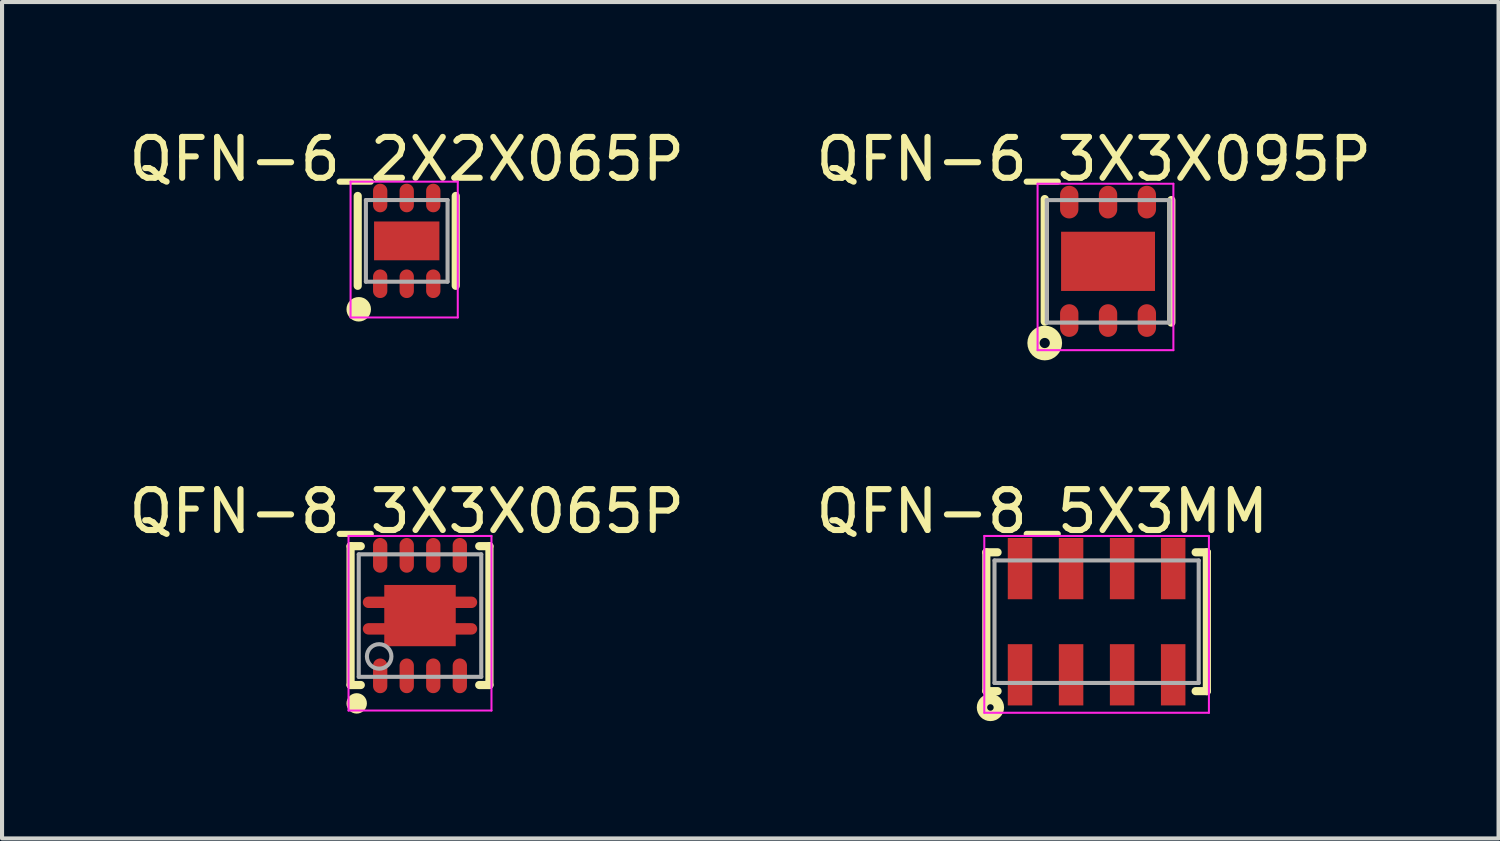
<source format=kicad_pcb>
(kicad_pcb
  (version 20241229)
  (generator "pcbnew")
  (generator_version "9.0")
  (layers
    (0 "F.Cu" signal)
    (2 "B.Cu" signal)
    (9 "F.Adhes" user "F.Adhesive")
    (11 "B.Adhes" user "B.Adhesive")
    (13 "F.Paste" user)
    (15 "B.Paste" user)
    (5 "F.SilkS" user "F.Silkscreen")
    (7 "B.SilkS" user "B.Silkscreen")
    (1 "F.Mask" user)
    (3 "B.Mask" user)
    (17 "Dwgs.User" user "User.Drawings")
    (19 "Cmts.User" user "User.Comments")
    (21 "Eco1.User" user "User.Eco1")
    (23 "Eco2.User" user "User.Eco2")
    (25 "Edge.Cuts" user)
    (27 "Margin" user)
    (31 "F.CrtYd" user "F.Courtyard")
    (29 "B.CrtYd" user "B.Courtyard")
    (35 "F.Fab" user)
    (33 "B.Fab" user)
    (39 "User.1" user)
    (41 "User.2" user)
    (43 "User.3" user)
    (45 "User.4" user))
  (footprint "QFN-6_2X2X065P"
    (layer "F.Cu")
    (at 6.909 2.848)
    (property "Reference" "QFN-6_2X2X065P" (at 0.001 -2 0) (layer "F.SilkS") (effects (font (size 1 1) (thickness 0.15))))
    (attr through_hole)
    (fp_line (start -1.2 1.1) (end -1.2 -1.1) (stroke (width 0.2) (type solid)) (layer "F.SilkS"))
    (fp_line (start 1.2 1.1) (end 1.2 -1.1) (stroke (width 0.2) (type solid)) (layer "F.SilkS"))
    (fp_circle (center -1.175 1.675) (end -1.025 1.675) (stroke (width 0.3) (type solid)) (fill no) (layer "F.SilkS"))
    (fp_line (start -1.375 -1.45) (end 1.25 -1.45) (stroke (width 0.05) (type solid)) (layer "F.CrtYd"))
    (fp_line (start -1.375 1.875) (end -1.375 -1.45) (stroke (width 0.05) (type solid)) (layer "F.CrtYd"))
    (fp_line (start 1.25 -1.45) (end 1.25 1.875) (stroke (width 0.05) (type solid)) (layer "F.CrtYd"))
    (fp_line (start 1.25 1.875) (end -1.375 1.875) (stroke (width 0.05) (type solid)) (layer "F.CrtYd"))
    (fp_line (start -1 -1) (end 1 -1) (stroke (width 0.1) (type solid)) (layer "F.Fab"))
    (fp_line (start -1 1) (end -1 -1) (stroke (width 0.1) (type solid)) (layer "F.Fab"))
    (fp_line (start -1 1) (end 1 1) (stroke (width 0.1) (type solid)) (layer "F.Fab"))
    (fp_line (start 1 1) (end 1 -1) (stroke (width 0.1) (type solid)) (layer "F.Fab"))
    (pad "0" smd rect (at 0 0 270) (size 0.95 1.6) (layers "F.Cu" "F.Mask" "F.Paste"))
    (pad "1" smd oval (at -0.65 1.05) (size 0.35 0.7) (layers "F.Cu" "F.Mask" "F.Paste"))
    (pad "2" smd oval (at 0 1.05) (size 0.35 0.7) (layers "F.Cu" "F.Mask" "F.Paste"))
    (pad "3" smd oval (at 0.65 1.05) (size 0.35 0.7) (layers "F.Cu" "F.Mask" "F.Paste"))
    (pad "4" smd oval (at 0.65 -1.05 180) (size 0.35 0.7) (layers "F.Cu" "F.Mask" "F.Paste"))
    (pad "5" smd oval (at 0 -1.05 180) (size 0.35 0.7) (layers "F.Cu" "F.Mask" "F.Paste"))
    (pad "6" smd oval (at -0.65 -1.05 180) (size 0.35 0.7) (layers "F.Cu" "F.Mask" "F.Paste")))
  (footprint "QFN-8_3X3X065P"
    (layer "F.Cu")
    (at 7.234 12.023)
    (property "Reference" "QFN-8_3X3X065P" (at -0.324 -2.551 0) (layer "F.SilkS") (effects (font (size 1 1) (thickness 0.15))))
    (attr through_hole)
    (fp_line (start -1.7 -1.7) (end -1.45 -1.7) (stroke (width 0.2) (type solid)) (layer "F.SilkS"))
    (fp_line (start -1.7 1.7) (end -1.7 -1.7) (stroke (width 0.2) (type solid)) (layer "F.SilkS"))
    (fp_line (start -1.7 1.7) (end -1.45 1.7) (stroke (width 0.2) (type solid)) (layer "F.SilkS"))
    (fp_line (start 1.45 -1.7) (end 1.7 -1.7) (stroke (width 0.2) (type solid)) (layer "F.SilkS"))
    (fp_line (start 1.45 1.7) (end 1.7 1.7) (stroke (width 0.2) (type solid)) (layer "F.SilkS"))
    (fp_line (start 1.7 1.7) (end 1.7 -1.7) (stroke (width 0.2) (type solid)) (layer "F.SilkS"))
    (fp_circle (center -1.55 2.15) (end -1.425 2.15) (stroke (width 0.25) (type solid)) (fill no) (layer "F.SilkS"))
    (fp_line (start -1.75 -1.95) (end 1.75 -1.95) (stroke (width 0.05) (type solid)) (layer "F.CrtYd"))
    (fp_line (start -1.75 2.325) (end -1.75 -1.95) (stroke (width 0.05) (type solid)) (layer "F.CrtYd"))
    (fp_line (start 1.75 -1.95) (end 1.75 2.325) (stroke (width 0.05) (type solid)) (layer "F.CrtYd"))
    (fp_line (start 1.75 2.325) (end -1.75 2.325) (stroke (width 0.05) (type solid)) (layer "F.CrtYd"))
    (fp_line (start -1.5 -1.5) (end 1.5 -1.5) (stroke (width 0.1) (type solid)) (layer "F.Fab"))
    (fp_line (start -1.5 1.5) (end -1.5 -1.5) (stroke (width 0.1) (type solid)) (layer "F.Fab"))
    (fp_line (start -1.5 1.5) (end 1.5 1.5) (stroke (width 0.1) (type solid)) (layer "F.Fab"))
    (fp_line (start 1.5 1.5) (end 1.5 -1.5) (stroke (width 0.1) (type solid)) (layer "F.Fab"))
    (fp_circle (center -1 1) (end -0.7 1) (stroke (width 0.1) (type solid)) (fill no) (layer "F.Fab"))
    (pad "" smd oval (at 0 -0.325 270) (size 0.28 2.8) (layers "F.Cu" "F.Mask" "F.Paste"))
    (pad "" smd oval (at 0 0.325 90) (size 0.28 2.8) (layers "F.Cu" "F.Mask" "F.Paste"))
    (pad "0" smd rect (at 0 0 90) (size 1.5 1.75) (layers "F.Cu" "F.Mask" "F.Paste"))
    (pad "1" smd oval (at -0.975 1.475) (size 0.35 0.85) (layers "F.Cu" "F.Mask" "F.Paste"))
    (pad "2" smd oval (at -0.325 1.475) (size 0.35 0.85) (layers "F.Cu" "F.Mask" "F.Paste"))
    (pad "3" smd oval (at 0.325 1.475) (size 0.35 0.85) (layers "F.Cu" "F.Mask" "F.Paste"))
    (pad "4" smd oval (at 0.975 1.475) (size 0.35 0.85) (layers "F.Cu" "F.Mask" "F.Paste"))
    (pad "5" smd oval (at 0.975 -1.475 180) (size 0.35 0.85) (layers "F.Cu" "F.Mask" "F.Paste"))
    (pad "6" smd oval (at 0.325 -1.475 180) (size 0.35 0.85) (layers "F.Cu" "F.Mask" "F.Paste"))
    (pad "7" smd oval (at -0.325 -1.475 180) (size 0.35 0.85) (layers "F.Cu" "F.Mask" "F.Paste"))
    (pad "8" smd oval (at -0.975 -1.475 180) (size 0.35 0.85) (layers "F.Cu" "F.Mask" "F.Paste")))
  (footprint "QFN-8_5X3MM"
    (layer "F.Cu")
    (at 23.801 12.173)
    (property "Reference" "QFN-8_5X3MM" (at -1.331 -2.701 0) (layer "F.SilkS") (effects (font (size 1 1) (thickness 0.15))))
    (attr through_hole)
    (fp_line (start -2.7 -1.7) (end -2.425 -1.7) (stroke (width 0.2) (type solid)) (layer "F.SilkS"))
    (fp_line (start -2.7 1.7) (end -2.7 -1.7) (stroke (width 0.2) (type solid)) (layer "F.SilkS"))
    (fp_line (start -2.7 1.7) (end -2.425 1.7) (stroke (width 0.2) (type solid)) (layer "F.SilkS"))
    (fp_line (start 2.425 -1.7) (end 2.7 -1.7) (stroke (width 0.2) (type solid)) (layer "F.SilkS"))
    (fp_line (start 2.425 1.7) (end 2.7 1.7) (stroke (width 0.2) (type solid)) (layer "F.SilkS"))
    (fp_line (start 2.7 1.7) (end 2.7 -1.7) (stroke (width 0.2) (type solid)) (layer "F.SilkS"))
    (fp_circle (center -2.6 2.1) (end -2.52 2.1) (stroke (width 0.254) (type solid)) (fill no) (layer "F.SilkS"))
    (fp_line (start -2.75 -2.1) (end 2.75 -2.1) (stroke (width 0.05) (type solid)) (layer "F.CrtYd"))
    (fp_line (start -2.75 2.23) (end -2.75 -2.1) (stroke (width 0.05) (type solid)) (layer "F.CrtYd"))
    (fp_line (start 2.75 -2.1) (end 2.75 2.23) (stroke (width 0.05) (type solid)) (layer "F.CrtYd"))
    (fp_line (start 2.75 2.23) (end -2.75 2.23) (stroke (width 0.05) (type solid)) (layer "F.CrtYd"))
    (fp_line (start -2.5 -1.5) (end 2.5 -1.5) (stroke (width 0.1) (type solid)) (layer "F.Fab"))
    (fp_line (start -2.5 1.5) (end -2.5 -1.5) (stroke (width 0.1) (type solid)) (layer "F.Fab"))
    (fp_line (start -2.5 1.5) (end 2.5 1.5) (stroke (width 0.1) (type solid)) (layer "F.Fab"))
    (fp_line (start 2.5 1.5) (end 2.5 -1.5) (stroke (width 0.1) (type solid)) (layer "F.Fab"))
    (pad "1" smd rect (at -1.875 1.3 90) (size 1.5 0.6) (layers "F.Cu" "F.Mask" "F.Paste"))
    (pad "2" smd rect (at -0.625 1.3 90) (size 1.5 0.6) (layers "F.Cu" "F.Mask" "F.Paste"))
    (pad "3" smd rect (at 0.625 1.3 90) (size 1.5 0.6) (layers "F.Cu" "F.Mask" "F.Paste"))
    (pad "4" smd rect (at 1.875 1.3 90) (size 1.5 0.6) (layers "F.Cu" "F.Mask" "F.Paste"))
    (pad "5" smd rect (at 1.875 -1.3 90) (size 1.5 0.6) (layers "F.Cu" "F.Mask" "F.Paste"))
    (pad "6" smd rect (at 0.625 -1.3 90) (size 1.5 0.6) (layers "F.Cu" "F.Mask" "F.Paste"))
    (pad "7" smd rect (at -0.625 -1.3 90) (size 1.5 0.6) (layers "F.Cu" "F.Mask" "F.Paste"))
    (pad "8" smd rect (at -1.875 -1.3 90) (size 1.5 0.6) (layers "F.Cu" "F.Mask" "F.Paste")))
  (footprint "QFN-6_3X3X095P"
    (layer "F.Cu")
    (at 24.081 3.349)
    (property "Reference" "QFN-6_3X3X095P" (at -0.349 -2.501 0) (layer "F.SilkS") (effects (font (size 1 1) (thickness 0.15))))
    (attr through_hole)
    (fp_line (start -1.55 1.475) (end -1.55 -1.525) (stroke (width 0.2) (type solid)) (layer "F.SilkS"))
    (fp_line (start 1.55 1.5) (end 1.55 -1.5) (stroke (width 0.2) (type solid)) (layer "F.SilkS"))
    (fp_circle (center -1.55 2) (end -1.425 2) (stroke (width 0.3) (type solid)) (fill no) (layer "F.SilkS"))
    (fp_line (start -1.725 -1.9) (end 1.6 -1.9) (stroke (width 0.05) (type solid)) (layer "F.CrtYd"))
    (fp_line (start -1.725 2.175) (end -1.725 -1.9) (stroke (width 0.05) (type solid)) (layer "F.CrtYd"))
    (fp_line (start 1.6 -1.9) (end 1.6 2.175) (stroke (width 0.05) (type solid)) (layer "F.CrtYd"))
    (fp_line (start 1.6 2.175) (end -1.725 2.175) (stroke (width 0.05) (type solid)) (layer "F.CrtYd"))
    (fp_line (start -1.5 -1.5) (end 1.5 -1.5) (stroke (width 0.1) (type solid)) (layer "F.Fab"))
    (fp_line (start -1.5 1.5) (end -1.5 -1.5) (stroke (width 0.1) (type solid)) (layer "F.Fab"))
    (fp_line (start -1.5 1.5) (end 1.5 1.5) (stroke (width 0.1) (type solid)) (layer "F.Fab"))
    (fp_line (start 1.5 1.5) (end 1.5 -1.5) (stroke (width 0.1) (type solid)) (layer "F.Fab"))
    (pad "0" smd rect (at 0 0) (size 2.3 1.45) (layers "F.Cu" "F.Mask" "F.Paste"))
    (pad "1" smd oval (at -0.95 1.45 180) (size 0.45 0.8) (layers "F.Cu" "F.Mask" "F.Paste"))
    (pad "2" smd oval (at 0 1.45 180) (size 0.45 0.8) (layers "F.Cu" "F.Mask" "F.Paste"))
    (pad "3" smd oval (at 0.95 1.45 180) (size 0.45 0.8) (layers "F.Cu" "F.Mask" "F.Paste"))
    (pad "4" smd oval (at 0.95 -1.45 180) (size 0.45 0.8) (layers "F.Cu" "F.Mask" "F.Paste"))
    (pad "5" smd oval (at 0 -1.45 180) (size 0.45 0.8) (layers "F.Cu" "F.Mask" "F.Paste"))
    (pad "6" smd oval (at -0.95 -1.45 180) (size 0.45 0.8) (layers "F.Cu" "F.Mask" "F.Paste")))
  (gr_rect
    (start -3 -3)
    (end 33.643 17.48)
    (stroke (width 0.1) (type default))
    (fill no)
    (layer "Edge.Cuts")))
</source>
